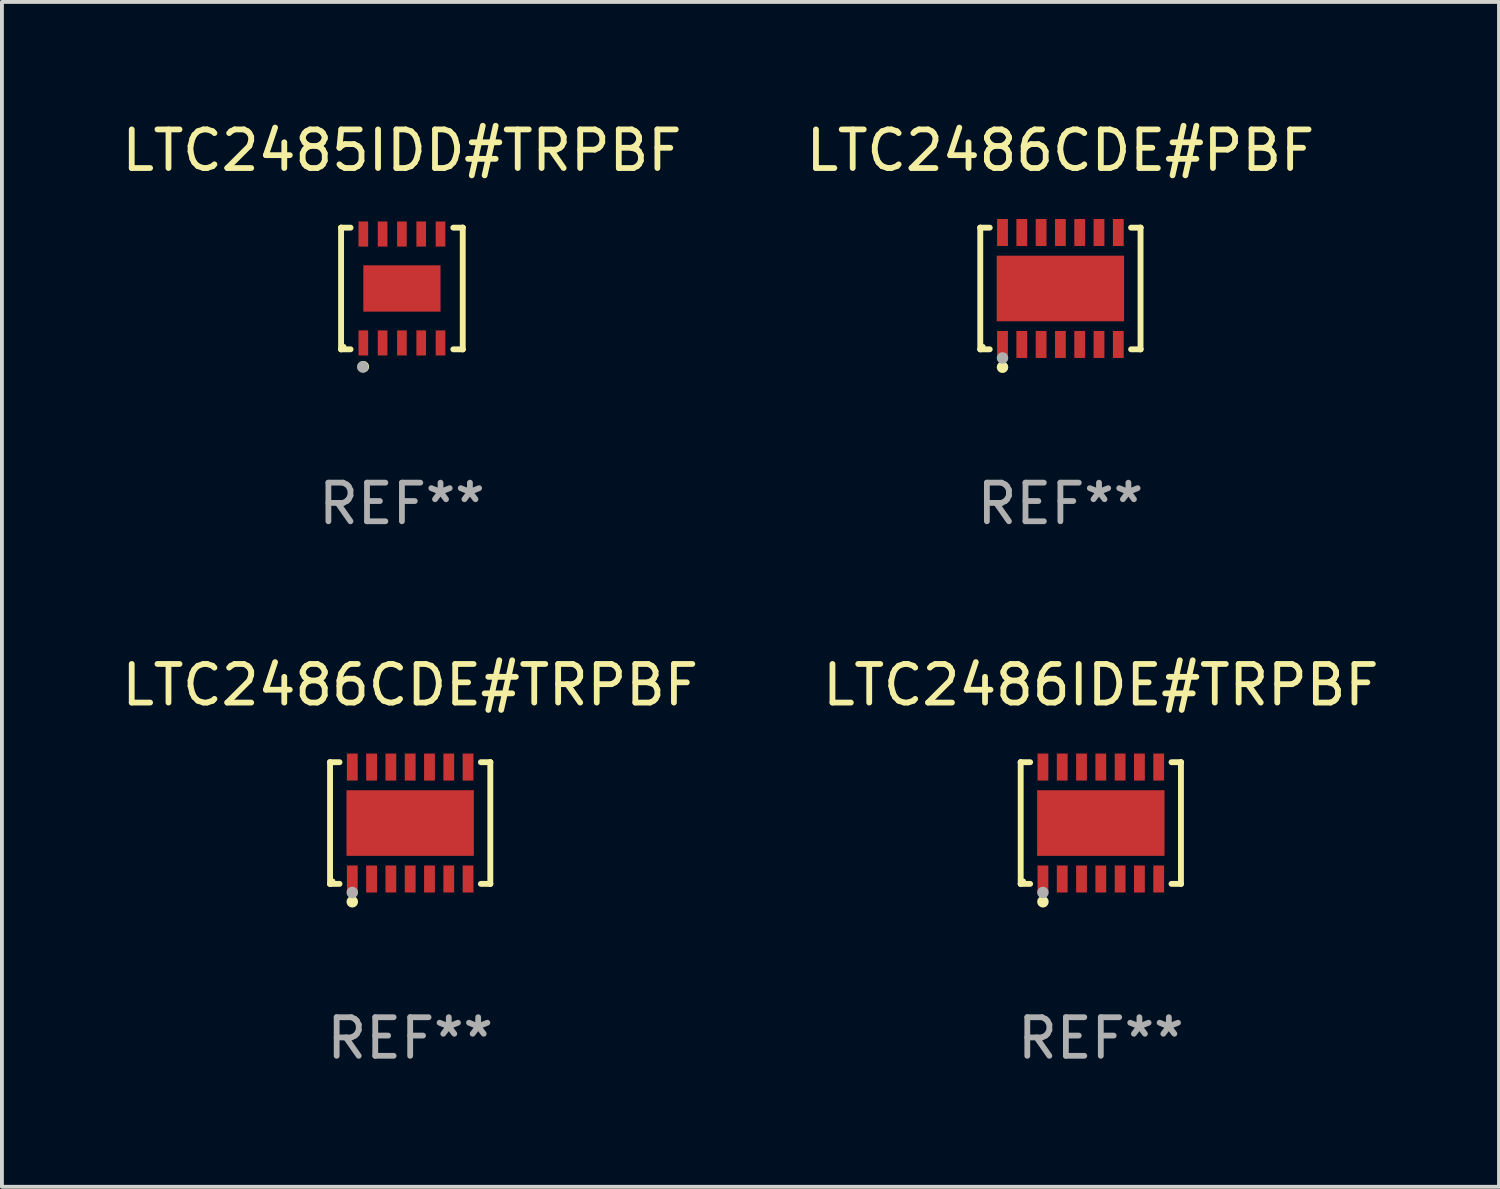
<source format=kicad_pcb>
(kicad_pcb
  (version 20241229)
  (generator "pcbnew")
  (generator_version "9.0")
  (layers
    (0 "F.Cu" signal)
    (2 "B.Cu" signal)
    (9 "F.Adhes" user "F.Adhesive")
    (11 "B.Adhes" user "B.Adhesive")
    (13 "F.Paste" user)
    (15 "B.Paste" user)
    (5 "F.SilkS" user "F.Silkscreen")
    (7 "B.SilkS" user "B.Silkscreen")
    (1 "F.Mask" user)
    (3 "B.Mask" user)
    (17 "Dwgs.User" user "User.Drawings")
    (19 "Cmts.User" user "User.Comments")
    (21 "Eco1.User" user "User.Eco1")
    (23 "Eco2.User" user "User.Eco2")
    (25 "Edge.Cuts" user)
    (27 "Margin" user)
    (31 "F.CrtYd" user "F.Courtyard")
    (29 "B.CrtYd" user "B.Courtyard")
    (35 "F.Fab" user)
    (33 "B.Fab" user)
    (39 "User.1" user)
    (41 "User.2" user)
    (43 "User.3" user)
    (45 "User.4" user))
  (footprint "LTC2486CDE#PBF"
    (layer "F.Cu")
    (at 24.423 4.424)
    (property "Reference" "LTC2486CDE#PBF" (at 0 -3.576 0) (layer "F.SilkS") (effects (font (size 1 1) (thickness 0.15))))
    (attr through_hole)
    (fp_line (start -2.076 -1.576) (end -2.076 -1.576) (stroke (width 0.152) (type solid)) (layer "F.SilkS"))
    (fp_line (start -2.076 -1.576) (end -1.831 -1.576) (stroke (width 0.152) (type solid)) (layer "F.SilkS"))
    (fp_line (start -2.076 1.576) (end -2.076 -1.576) (stroke (width 0.152) (type solid)) (layer "F.SilkS"))
    (fp_line (start -2.076 1.576) (end -2.076 1.576) (stroke (width 0.152) (type solid)) (layer "F.SilkS"))
    (fp_line (start -1.831 1.576) (end -2.076 1.576) (stroke (width 0.152) (type solid)) (layer "F.SilkS"))
    (fp_line (start 1.831 1.576) (end 2.076 1.576) (stroke (width 0.152) (type solid)) (layer "F.SilkS"))
    (fp_line (start 2.076 -1.576) (end 1.831 -1.576) (stroke (width 0.152) (type solid)) (layer "F.SilkS"))
    (fp_line (start 2.076 -1.576) (end 2.076 -1.576) (stroke (width 0.152) (type solid)) (layer "F.SilkS"))
    (fp_line (start 2.076 1.576) (end 2.076 -1.576) (stroke (width 0.152) (type solid)) (layer "F.SilkS"))
    (fp_line (start 2.076 1.576) (end 2.076 1.576) (stroke (width 0.152) (type solid)) (layer "F.SilkS"))
    (fp_circle (center -2 1.5) (end -1.97 1.5) (stroke (width 0.06) (type solid)) (fill no) (layer "F.SilkS"))
    (fp_circle (center -1.5 2.04) (end -1.425 2.04) (stroke (width 0.15) (type solid)) (fill no) (layer "F.SilkS"))
    (fp_circle (center -1.5 1.8) (end -1.425 1.8) (stroke (width 0.15) (type solid)) (fill no) (layer "F.Fab"))
    (fp_text user "REF**" (at 0 5.576 0) (layer "F.Fab") (effects (font (size 1 1) (thickness 0.15))))
    (pad "1" smd rect (at -1.5 1.45) (size 0.28 0.7) (layers "F.Cu" "F.Mask" "F.Paste"))
    (pad "2" smd rect (at -1 1.45) (size 0.28 0.7) (layers "F.Cu" "F.Mask" "F.Paste"))
    (pad "3" smd rect (at -0.5 1.45) (size 0.28 0.7) (layers "F.Cu" "F.Mask" "F.Paste"))
    (pad "4" smd rect (at 0 1.45) (size 0.28 0.7) (layers "F.Cu" "F.Mask" "F.Paste"))
    (pad "5" smd rect (at 0.5 1.45) (size 0.28 0.7) (layers "F.Cu" "F.Mask" "F.Paste"))
    (pad "6" smd rect (at 1 1.45) (size 0.28 0.7) (layers "F.Cu" "F.Mask" "F.Paste"))
    (pad "7" smd rect (at 1.5 1.45) (size 0.28 0.7) (layers "F.Cu" "F.Mask" "F.Paste"))
    (pad "8" smd rect (at 1.5 -1.45) (size 0.28 0.7) (layers "F.Cu" "F.Mask" "F.Paste"))
    (pad "9" smd rect (at 1 -1.45) (size 0.28 0.7) (layers "F.Cu" "F.Mask" "F.Paste"))
    (pad "10" smd rect (at 0.5 -1.45) (size 0.28 0.7) (layers "F.Cu" "F.Mask" "F.Paste"))
    (pad "11" smd rect (at 0 -1.45) (size 0.28 0.7) (layers "F.Cu" "F.Mask" "F.Paste"))
    (pad "12" smd rect (at -0.5 -1.45) (size 0.28 0.7) (layers "F.Cu" "F.Mask" "F.Paste"))
    (pad "13" smd rect (at -1 -1.45) (size 0.28 0.7) (layers "F.Cu" "F.Mask" "F.Paste"))
    (pad "14" smd rect (at -1.5 -1.45) (size 0.28 0.7) (layers "F.Cu" "F.Mask" "F.Paste"))
    (pad "15" smd rect (at 0 0) (size 3.3 1.7) (layers "F.Cu" "F.Mask" "F.Paste")))
  (footprint "LTC2486CDE#TRPBF"
    (layer "F.Cu")
    (at 7.577 18.273)
    (property "Reference" "LTC2486CDE#TRPBF" (at 0 -3.576 0) (layer "F.SilkS") (effects (font (size 1 1) (thickness 0.15))))
    (attr through_hole)
    (fp_line (start -2.076 -1.576) (end -2.076 -1.576) (stroke (width 0.152) (type solid)) (layer "F.SilkS"))
    (fp_line (start -2.076 -1.576) (end -1.831 -1.576) (stroke (width 0.152) (type solid)) (layer "F.SilkS"))
    (fp_line (start -2.076 1.576) (end -2.076 -1.576) (stroke (width 0.152) (type solid)) (layer "F.SilkS"))
    (fp_line (start -2.076 1.576) (end -2.076 1.576) (stroke (width 0.152) (type solid)) (layer "F.SilkS"))
    (fp_line (start -1.831 1.576) (end -2.076 1.576) (stroke (width 0.152) (type solid)) (layer "F.SilkS"))
    (fp_line (start 1.831 1.576) (end 2.076 1.576) (stroke (width 0.152) (type solid)) (layer "F.SilkS"))
    (fp_line (start 2.076 -1.576) (end 1.831 -1.576) (stroke (width 0.152) (type solid)) (layer "F.SilkS"))
    (fp_line (start 2.076 -1.576) (end 2.076 -1.576) (stroke (width 0.152) (type solid)) (layer "F.SilkS"))
    (fp_line (start 2.076 1.576) (end 2.076 -1.576) (stroke (width 0.152) (type solid)) (layer "F.SilkS"))
    (fp_line (start 2.076 1.576) (end 2.076 1.576) (stroke (width 0.152) (type solid)) (layer "F.SilkS"))
    (fp_circle (center -2 1.5) (end -1.97 1.5) (stroke (width 0.06) (type solid)) (fill no) (layer "F.SilkS"))
    (fp_circle (center -1.5 2.04) (end -1.425 2.04) (stroke (width 0.15) (type solid)) (fill no) (layer "F.SilkS"))
    (fp_circle (center -1.5 1.8) (end -1.425 1.8) (stroke (width 0.15) (type solid)) (fill no) (layer "F.Fab"))
    (fp_text user "REF**" (at 0 5.576 0) (layer "F.Fab") (effects (font (size 1 1) (thickness 0.15))))
    (pad "1" smd rect (at -1.5 1.45) (size 0.28 0.7) (layers "F.Cu" "F.Mask" "F.Paste"))
    (pad "2" smd rect (at -1 1.45) (size 0.28 0.7) (layers "F.Cu" "F.Mask" "F.Paste"))
    (pad "3" smd rect (at -0.5 1.45) (size 0.28 0.7) (layers "F.Cu" "F.Mask" "F.Paste"))
    (pad "4" smd rect (at 0 1.45) (size 0.28 0.7) (layers "F.Cu" "F.Mask" "F.Paste"))
    (pad "5" smd rect (at 0.5 1.45) (size 0.28 0.7) (layers "F.Cu" "F.Mask" "F.Paste"))
    (pad "6" smd rect (at 1 1.45) (size 0.28 0.7) (layers "F.Cu" "F.Mask" "F.Paste"))
    (pad "7" smd rect (at 1.5 1.45) (size 0.28 0.7) (layers "F.Cu" "F.Mask" "F.Paste"))
    (pad "8" smd rect (at 1.5 -1.45) (size 0.28 0.7) (layers "F.Cu" "F.Mask" "F.Paste"))
    (pad "9" smd rect (at 1 -1.45) (size 0.28 0.7) (layers "F.Cu" "F.Mask" "F.Paste"))
    (pad "10" smd rect (at 0.5 -1.45) (size 0.28 0.7) (layers "F.Cu" "F.Mask" "F.Paste"))
    (pad "11" smd rect (at 0 -1.45) (size 0.28 0.7) (layers "F.Cu" "F.Mask" "F.Paste"))
    (pad "12" smd rect (at -0.5 -1.45) (size 0.28 0.7) (layers "F.Cu" "F.Mask" "F.Paste"))
    (pad "13" smd rect (at -1 -1.45) (size 0.28 0.7) (layers "F.Cu" "F.Mask" "F.Paste"))
    (pad "14" smd rect (at -1.5 -1.45) (size 0.28 0.7) (layers "F.Cu" "F.Mask" "F.Paste"))
    (pad "15" smd rect (at 0 0) (size 3.3 1.7) (layers "F.Cu" "F.Mask" "F.Paste")))
  (footprint "LTC2485IDD#TRPBF"
    (layer "F.Cu")
    (at 7.363 4.424)
    (property "Reference" "LTC2485IDD#TRPBF" (at 0 -3.576 0) (layer "F.SilkS") (effects (font (size 1 1) (thickness 0.15))))
    (attr through_hole)
    (fp_line (start -1.576 -1.576) (end -1.576 -1.576) (stroke (width 0.152) (type solid)) (layer "F.SilkS"))
    (fp_line (start -1.576 -1.576) (end -1.331 -1.576) (stroke (width 0.152) (type solid)) (layer "F.SilkS"))
    (fp_line (start -1.576 1.576) (end -1.576 -1.576) (stroke (width 0.152) (type solid)) (layer "F.SilkS"))
    (fp_line (start -1.576 1.576) (end -1.576 1.576) (stroke (width 0.152) (type solid)) (layer "F.SilkS"))
    (fp_line (start -1.331 1.576) (end -1.576 1.576) (stroke (width 0.152) (type solid)) (layer "F.SilkS"))
    (fp_line (start 1.331 1.576) (end 1.576 1.576) (stroke (width 0.152) (type solid)) (layer "F.SilkS"))
    (fp_line (start 1.576 -1.576) (end 1.331 -1.576) (stroke (width 0.152) (type solid)) (layer "F.SilkS"))
    (fp_line (start 1.576 -1.576) (end 1.576 -1.576) (stroke (width 0.152) (type solid)) (layer "F.SilkS"))
    (fp_line (start 1.576 1.576) (end 1.576 -1.576) (stroke (width 0.152) (type solid)) (layer "F.SilkS"))
    (fp_line (start 1.576 1.576) (end 1.576 1.576) (stroke (width 0.152) (type solid)) (layer "F.SilkS"))
    (fp_circle (center -1.5 1.5) (end -1.47 1.5) (stroke (width 0.06) (type solid)) (fill no) (layer "F.SilkS"))
    (fp_circle (center -1 2.028) (end -0.925 2.028) (stroke (width 0.15) (type solid)) (fill no) (layer "F.SilkS"))
    (fp_circle (center -1.016 2.032) (end -0.941 2.032) (stroke (width 0.15) (type solid)) (fill no) (layer "F.Fab"))
    (fp_text user "REF**" (at 0 5.576 0) (layer "F.Fab") (effects (font (size 1 1) (thickness 0.15))))
    (pad "1" smd rect (at -1 1.411) (size 0.25 0.65) (layers "F.Cu" "F.Mask" "F.Paste"))
    (pad "2" smd rect (at -0.5 1.411) (size 0.25 0.65) (layers "F.Cu" "F.Mask" "F.Paste"))
    (pad "3" smd rect (at 0 1.411) (size 0.25 0.65) (layers "F.Cu" "F.Mask" "F.Paste"))
    (pad "4" smd rect (at 0.5 1.411) (size 0.25 0.65) (layers "F.Cu" "F.Mask" "F.Paste"))
    (pad "5" smd rect (at 1 1.411) (size 0.25 0.65) (layers "F.Cu" "F.Mask" "F.Paste"))
    (pad "6" smd rect (at 1 -1.411) (size 0.25 0.65) (layers "F.Cu" "F.Mask" "F.Paste"))
    (pad "7" smd rect (at 0.5 -1.411) (size 0.25 0.65) (layers "F.Cu" "F.Mask" "F.Paste"))
    (pad "8" smd rect (at 0 -1.411) (size 0.25 0.65) (layers "F.Cu" "F.Mask" "F.Paste"))
    (pad "9" smd rect (at -0.5 -1.411) (size 0.25 0.65) (layers "F.Cu" "F.Mask" "F.Paste"))
    (pad "10" smd rect (at -1 -1.411) (size 0.25 0.65) (layers "F.Cu" "F.Mask" "F.Paste"))
    (pad "11" smd rect (at 0 0) (size 2 1.2) (layers "F.Cu" "F.Mask" "F.Paste")))
  (footprint "LTC2486IDE#TRPBF"
    (layer "F.Cu")
    (at 25.47 18.273)
    (property "Reference" "LTC2486IDE#TRPBF" (at 0 -3.576 0) (layer "F.SilkS") (effects (font (size 1 1) (thickness 0.15))))
    (attr through_hole)
    (fp_line (start -2.076 -1.576) (end -2.076 -1.576) (stroke (width 0.152) (type solid)) (layer "F.SilkS"))
    (fp_line (start -2.076 -1.576) (end -1.831 -1.576) (stroke (width 0.152) (type solid)) (layer "F.SilkS"))
    (fp_line (start -2.076 1.576) (end -2.076 -1.576) (stroke (width 0.152) (type solid)) (layer "F.SilkS"))
    (fp_line (start -2.076 1.576) (end -2.076 1.576) (stroke (width 0.152) (type solid)) (layer "F.SilkS"))
    (fp_line (start -1.831 1.576) (end -2.076 1.576) (stroke (width 0.152) (type solid)) (layer "F.SilkS"))
    (fp_line (start 1.831 1.576) (end 2.076 1.576) (stroke (width 0.152) (type solid)) (layer "F.SilkS"))
    (fp_line (start 2.076 -1.576) (end 1.831 -1.576) (stroke (width 0.152) (type solid)) (layer "F.SilkS"))
    (fp_line (start 2.076 -1.576) (end 2.076 -1.576) (stroke (width 0.152) (type solid)) (layer "F.SilkS"))
    (fp_line (start 2.076 1.576) (end 2.076 -1.576) (stroke (width 0.152) (type solid)) (layer "F.SilkS"))
    (fp_line (start 2.076 1.576) (end 2.076 1.576) (stroke (width 0.152) (type solid)) (layer "F.SilkS"))
    (fp_circle (center -2 1.5) (end -1.97 1.5) (stroke (width 0.06) (type solid)) (fill no) (layer "F.SilkS"))
    (fp_circle (center -1.5 2.04) (end -1.425 2.04) (stroke (width 0.15) (type solid)) (fill no) (layer "F.SilkS"))
    (fp_circle (center -1.5 1.8) (end -1.425 1.8) (stroke (width 0.15) (type solid)) (fill no) (layer "F.Fab"))
    (fp_text user "REF**" (at 0 5.576 0) (layer "F.Fab") (effects (font (size 1 1) (thickness 0.15))))
    (pad "1" smd rect (at -1.5 1.45) (size 0.28 0.7) (layers "F.Cu" "F.Mask" "F.Paste"))
    (pad "2" smd rect (at -1 1.45) (size 0.28 0.7) (layers "F.Cu" "F.Mask" "F.Paste"))
    (pad "3" smd rect (at -0.5 1.45) (size 0.28 0.7) (layers "F.Cu" "F.Mask" "F.Paste"))
    (pad "4" smd rect (at 0 1.45) (size 0.28 0.7) (layers "F.Cu" "F.Mask" "F.Paste"))
    (pad "5" smd rect (at 0.5 1.45) (size 0.28 0.7) (layers "F.Cu" "F.Mask" "F.Paste"))
    (pad "6" smd rect (at 1 1.45) (size 0.28 0.7) (layers "F.Cu" "F.Mask" "F.Paste"))
    (pad "7" smd rect (at 1.5 1.45) (size 0.28 0.7) (layers "F.Cu" "F.Mask" "F.Paste"))
    (pad "8" smd rect (at 1.5 -1.45) (size 0.28 0.7) (layers "F.Cu" "F.Mask" "F.Paste"))
    (pad "9" smd rect (at 1 -1.45) (size 0.28 0.7) (layers "F.Cu" "F.Mask" "F.Paste"))
    (pad "10" smd rect (at 0.5 -1.45) (size 0.28 0.7) (layers "F.Cu" "F.Mask" "F.Paste"))
    (pad "11" smd rect (at 0 -1.45) (size 0.28 0.7) (layers "F.Cu" "F.Mask" "F.Paste"))
    (pad "12" smd rect (at -0.5 -1.45) (size 0.28 0.7) (layers "F.Cu" "F.Mask" "F.Paste"))
    (pad "13" smd rect (at -1 -1.45) (size 0.28 0.7) (layers "F.Cu" "F.Mask" "F.Paste"))
    (pad "14" smd rect (at -1.5 -1.45) (size 0.28 0.7) (layers "F.Cu" "F.Mask" "F.Paste"))
    (pad "15" smd rect (at 0 0) (size 3.3 1.7) (layers "F.Cu" "F.Mask" "F.Paste")))
  (gr_rect
    (start -3 -3)
    (end 35.786 27.698)
    (stroke (width 0.1) (type default))
    (fill no)
    (layer "Edge.Cuts")))
</source>
